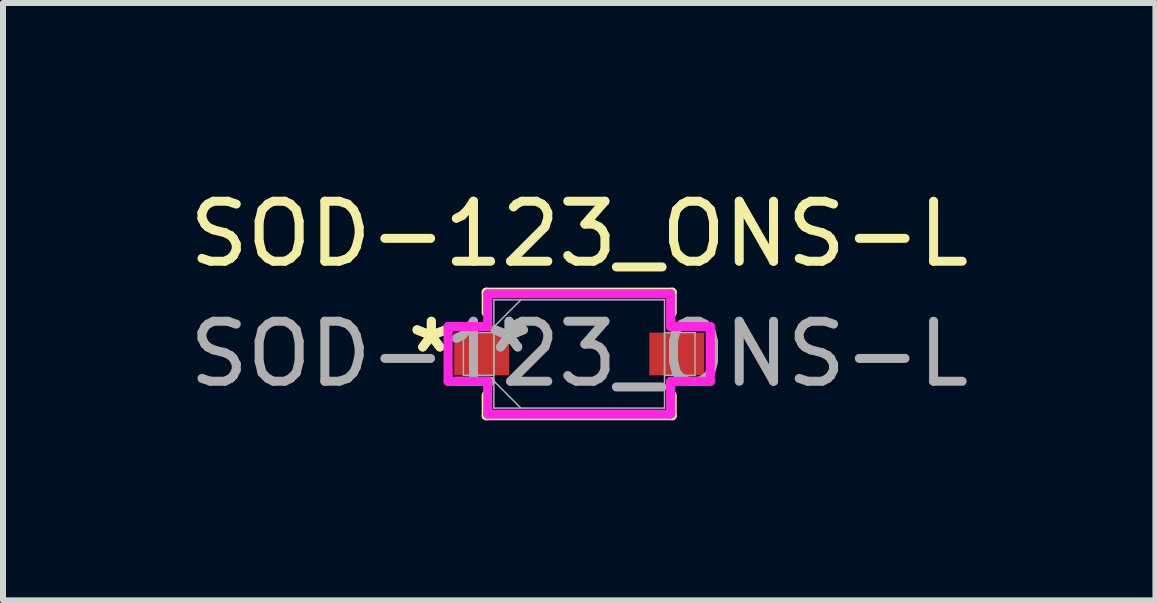
<source format=kicad_pcb>
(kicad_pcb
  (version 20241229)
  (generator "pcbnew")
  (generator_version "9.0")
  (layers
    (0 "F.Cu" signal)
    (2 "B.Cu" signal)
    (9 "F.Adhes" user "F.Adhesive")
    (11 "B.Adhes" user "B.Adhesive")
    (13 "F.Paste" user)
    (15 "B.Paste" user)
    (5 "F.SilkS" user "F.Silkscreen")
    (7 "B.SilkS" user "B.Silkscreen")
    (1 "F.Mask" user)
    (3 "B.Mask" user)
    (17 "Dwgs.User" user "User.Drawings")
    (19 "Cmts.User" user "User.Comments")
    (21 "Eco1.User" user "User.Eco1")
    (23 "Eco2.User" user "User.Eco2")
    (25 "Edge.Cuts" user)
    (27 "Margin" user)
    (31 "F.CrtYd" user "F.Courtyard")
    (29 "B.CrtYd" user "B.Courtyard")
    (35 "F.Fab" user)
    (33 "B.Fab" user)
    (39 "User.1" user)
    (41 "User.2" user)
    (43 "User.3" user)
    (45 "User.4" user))
  (footprint "SOD-123_ONS-L"
    (layer "F.Cu")
    (at 6.601 2.848)
    (property "Reference" "SOD-123_ONS-L" (at 0 -2 0) (unlocked yes) (layer "F.SilkS") (effects (font (size 1 1) (thickness 0.15))))
    (attr smd)
    (fp_line (start -1.549 -1.029) (end -1.549 -0.688) (stroke (width 0.152) (type solid)) (layer "F.SilkS"))
    (fp_line (start -1.549 0.688) (end -1.549 1.029) (stroke (width 0.152) (type solid)) (layer "F.SilkS"))
    (fp_line (start -1.549 1.029) (end 1.549 1.029) (stroke (width 0.152) (type solid)) (layer "F.SilkS"))
    (fp_line (start 1.549 -1.029) (end -1.549 -1.029) (stroke (width 0.152) (type solid)) (layer "F.SilkS"))
    (fp_line (start 1.549 -0.688) (end 1.549 -1.029) (stroke (width 0.152) (type solid)) (layer "F.SilkS"))
    (fp_line (start 1.549 1.029) (end 1.549 0.688) (stroke (width 0.152) (type solid)) (layer "F.SilkS"))
    (fp_line (start -2.184 -0.457) (end -1.524 -0.457) (stroke (width 0.152) (type solid)) (layer "F.CrtYd"))
    (fp_line (start -2.184 0.457) (end -2.184 -0.457) (stroke (width 0.152) (type solid)) (layer "F.CrtYd"))
    (fp_line (start -1.524 -1.003) (end 1.524 -1.003) (stroke (width 0.152) (type solid)) (layer "F.CrtYd"))
    (fp_line (start -1.524 -0.457) (end -1.524 -1.003) (stroke (width 0.152) (type solid)) (layer "F.CrtYd"))
    (fp_line (start -1.524 0.457) (end -2.184 0.457) (stroke (width 0.152) (type solid)) (layer "F.CrtYd"))
    (fp_line (start -1.524 1.003) (end -1.524 0.457) (stroke (width 0.152) (type solid)) (layer "F.CrtYd"))
    (fp_line (start 1.524 -1.003) (end 1.524 -0.457) (stroke (width 0.152) (type solid)) (layer "F.CrtYd"))
    (fp_line (start 1.524 -0.457) (end 2.184 -0.457) (stroke (width 0.152) (type solid)) (layer "F.CrtYd"))
    (fp_line (start 1.524 0.457) (end 1.524 1.003) (stroke (width 0.152) (type solid)) (layer "F.CrtYd"))
    (fp_line (start 1.524 1.003) (end -1.524 1.003) (stroke (width 0.152) (type solid)) (layer "F.CrtYd"))
    (fp_line (start 2.184 -0.457) (end 2.184 0.457) (stroke (width 0.152) (type solid)) (layer "F.CrtYd"))
    (fp_line (start 2.184 0.457) (end 1.524 0.457) (stroke (width 0.152) (type solid)) (layer "F.CrtYd"))
    (fp_line (start -1.93 -0.356) (end -1.93 0.356) (stroke (width 0.025) (type solid)) (layer "F.Fab"))
    (fp_line (start -1.93 0.356) (end -1.422 0.356) (stroke (width 0.025) (type solid)) (layer "F.Fab"))
    (fp_line (start -1.422 -0.902) (end -1.422 0.902) (stroke (width 0.025) (type solid)) (layer "F.Fab"))
    (fp_line (start -1.422 -0.451) (end -0.972 -0.902) (stroke (width 0.025) (type solid)) (layer "F.Fab"))
    (fp_line (start -1.422 -0.356) (end -1.93 -0.356) (stroke (width 0.025) (type solid)) (layer "F.Fab"))
    (fp_line (start -1.422 0.356) (end -1.422 -0.356) (stroke (width 0.025) (type solid)) (layer "F.Fab"))
    (fp_line (start -1.422 0.451) (end -0.972 0.902) (stroke (width 0.025) (type solid)) (layer "F.Fab"))
    (fp_line (start -1.422 0.902) (end 1.422 0.902) (stroke (width 0.025) (type solid)) (layer "F.Fab"))
    (fp_line (start 1.422 -0.902) (end -1.422 -0.902) (stroke (width 0.025) (type solid)) (layer "F.Fab"))
    (fp_line (start 1.422 -0.356) (end 1.422 0.356) (stroke (width 0.025) (type solid)) (layer "F.Fab"))
    (fp_line (start 1.422 0.356) (end 1.93 0.356) (stroke (width 0.025) (type solid)) (layer "F.Fab"))
    (fp_line (start 1.422 0.902) (end 1.422 -0.902) (stroke (width 0.025) (type solid)) (layer "F.Fab"))
    (fp_line (start 1.93 -0.356) (end 1.422 -0.356) (stroke (width 0.025) (type solid)) (layer "F.Fab"))
    (fp_line (start 1.93 0.356) (end 1.93 -0.356) (stroke (width 0.025) (type solid)) (layer "F.Fab"))
    (fp_text user "*" (at -2.464 0 0) (unlocked yes) (layer "F.SilkS") (effects (font (size 1 1) (thickness 0.15))))
    (fp_text user "*" (at -2.464 0 0) (layer "F.SilkS") (effects (font (size 1 1) (thickness 0.15))))
    (fp_text user "${REFERENCE}" (at 0 0 0) (unlocked yes) (layer "F.Fab") (effects (font (size 1 1) (thickness 0.15))))
    (fp_text user "*" (at -1.168 0 0) (unlocked yes) (layer "F.Fab") (effects (font (size 1 1) (thickness 0.15))))
    (fp_text user "*" (at -1.168 0 0) (layer "F.Fab") (effects (font (size 1 1) (thickness 0.15))))
    (pad "1" smd rect (at -1.626 0) (size 0.914 0.711) (layers "F.Cu" "F.Mask" "F.Paste"))
    (pad "2" smd rect (at 1.626 0) (size 0.914 0.711) (layers "F.Cu" "F.Mask" "F.Paste")))
  (gr_rect
    (start -3 -3)
    (end 16.202 6.953)
    (stroke (width 0.1) (type default))
    (fill no)
    (layer "Edge.Cuts")))
</source>
